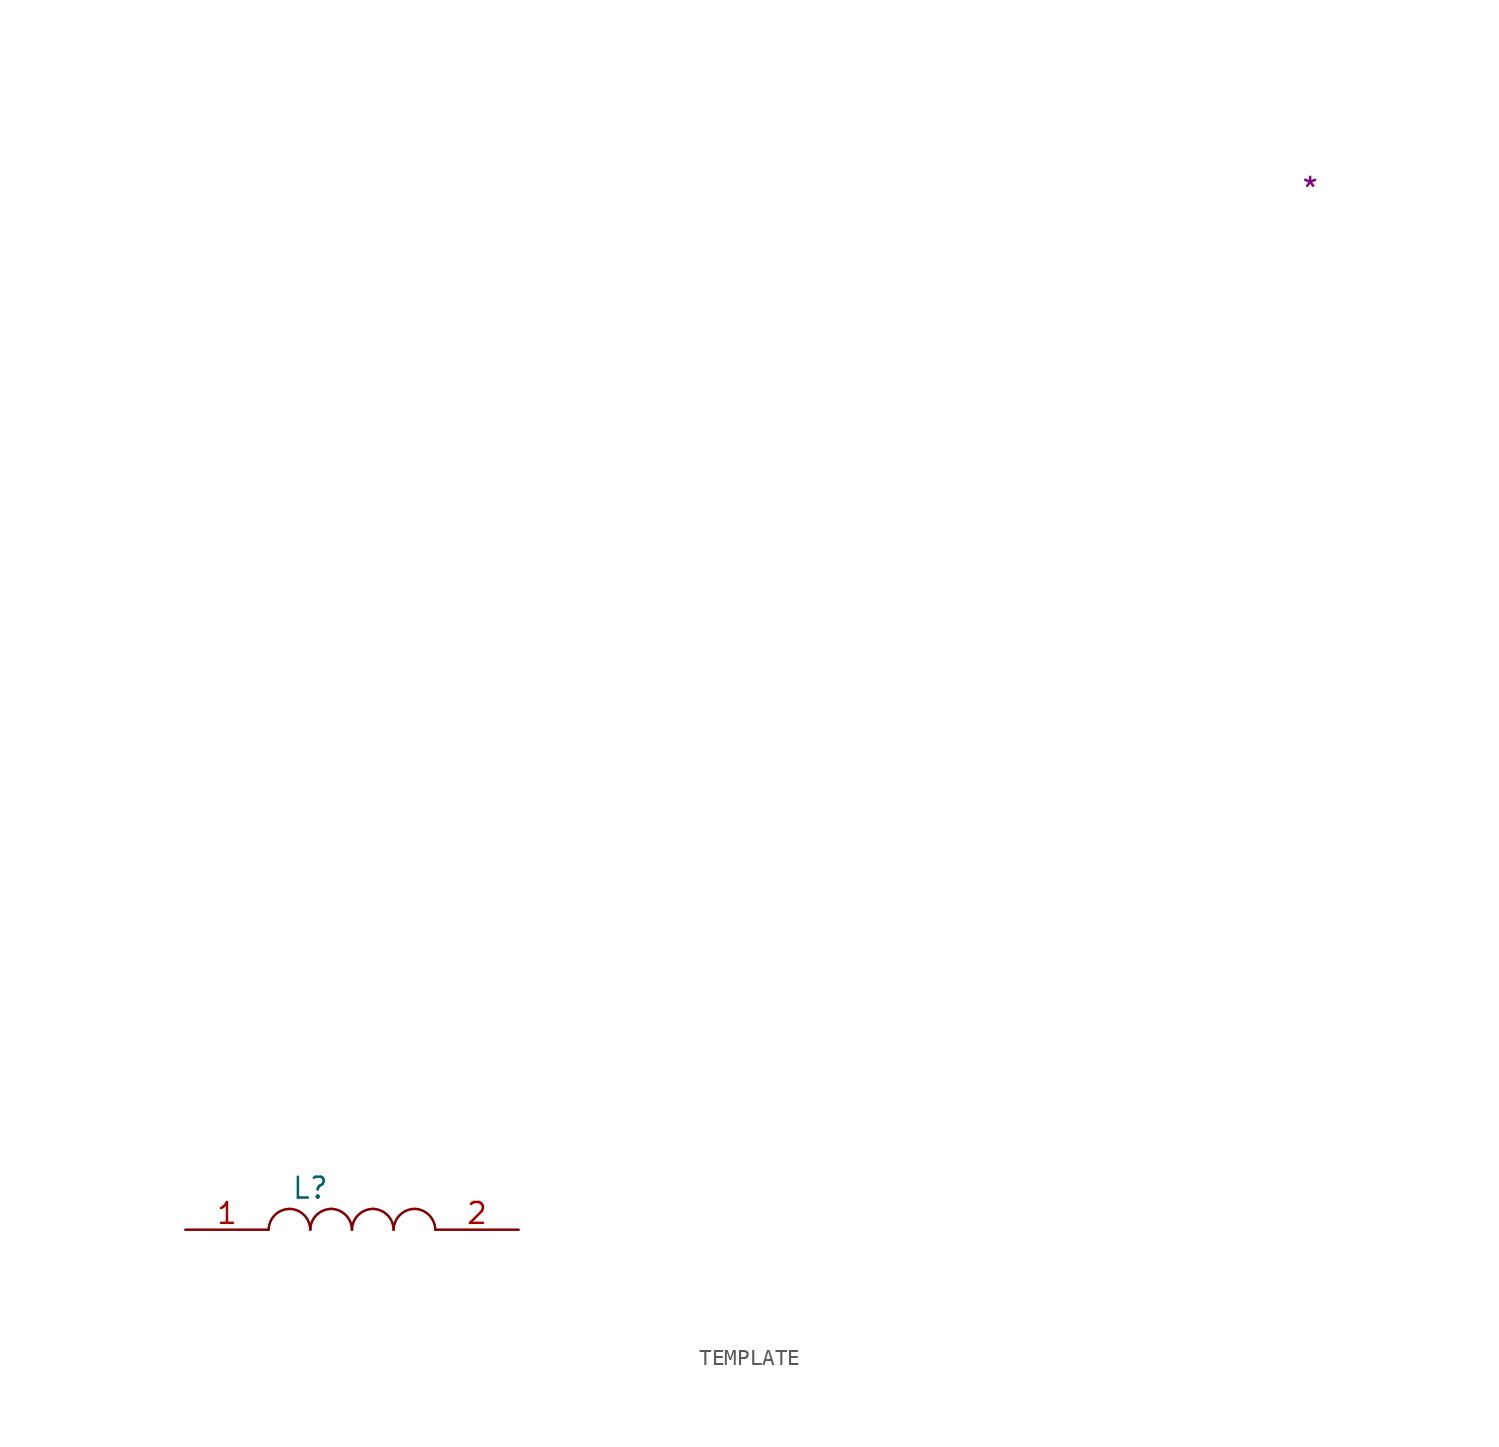
<source format=kicad_sym>
(kicad_symbol_lib
  (version 20241209)
  (generator "kicad_symbol_editor")
  (generator_version "9.0")
  (symbol "TEMPLATE"
    (pin_names
      (offset 1.016))
    (property "Reference" "L"
      (at -2.54 2.54 0)
      (effects (font (size 1.27 1.27))))
    (property "_Value_" "*"
      (at 58.42 63.5 0)
      (effects (font (size 1.27 1.27))))
    (symbol "TEMPLATE_1_1"
      (arc (start -3.81 1.27) (mid -2.9212 0.8966) (end -2.54 0) (stroke (width 0) (type solid)) (fill (type none)))
      (arc (start -5.08 0) (mid -4.7066 0.8888) (end -3.81 1.27) (stroke (width 0) (type solid)) (fill (type none)))
      (arc (start -1.27 1.27) (mid -0.3812 0.8966) (end 0 0) (stroke (width 0) (type solid)) (fill (type none)))
      (arc (start -2.54 0) (mid -2.1666 0.8888) (end -1.27 1.27) (stroke (width 0) (type solid)) (fill (type none)))
      (arc (start 1.27 1.27) (mid 2.1588 0.8966) (end 2.54 0) (stroke (width 0) (type solid)) (fill (type none)))
      (arc (start 0 0) (mid 0.3734 0.8888) (end 1.27 1.27) (stroke (width 0) (type solid)) (fill (type none)))
      (arc (start 3.81 1.27) (mid 4.6988 0.8966) (end 5.08 0) (stroke (width 0) (type solid)) (fill (type none)))
      (arc (start 2.54 0) (mid 2.9134 0.8888) (end 3.81 1.27) (stroke (width 0) (type solid)) (fill (type none)))
      (pin input line (at -10.16 0 0) (length 5.08) (name "~" (effects (font (size 1.27 1.27)))) (number "1" (effects (font (size 1.27 1.27)))))
      (pin input line (at 10.16 0 180) (length 5.08) (name "~" (effects (font (size 1.27 1.27)))) (number "2" (effects (font (size 1.27 1.27))))))))
</source>
